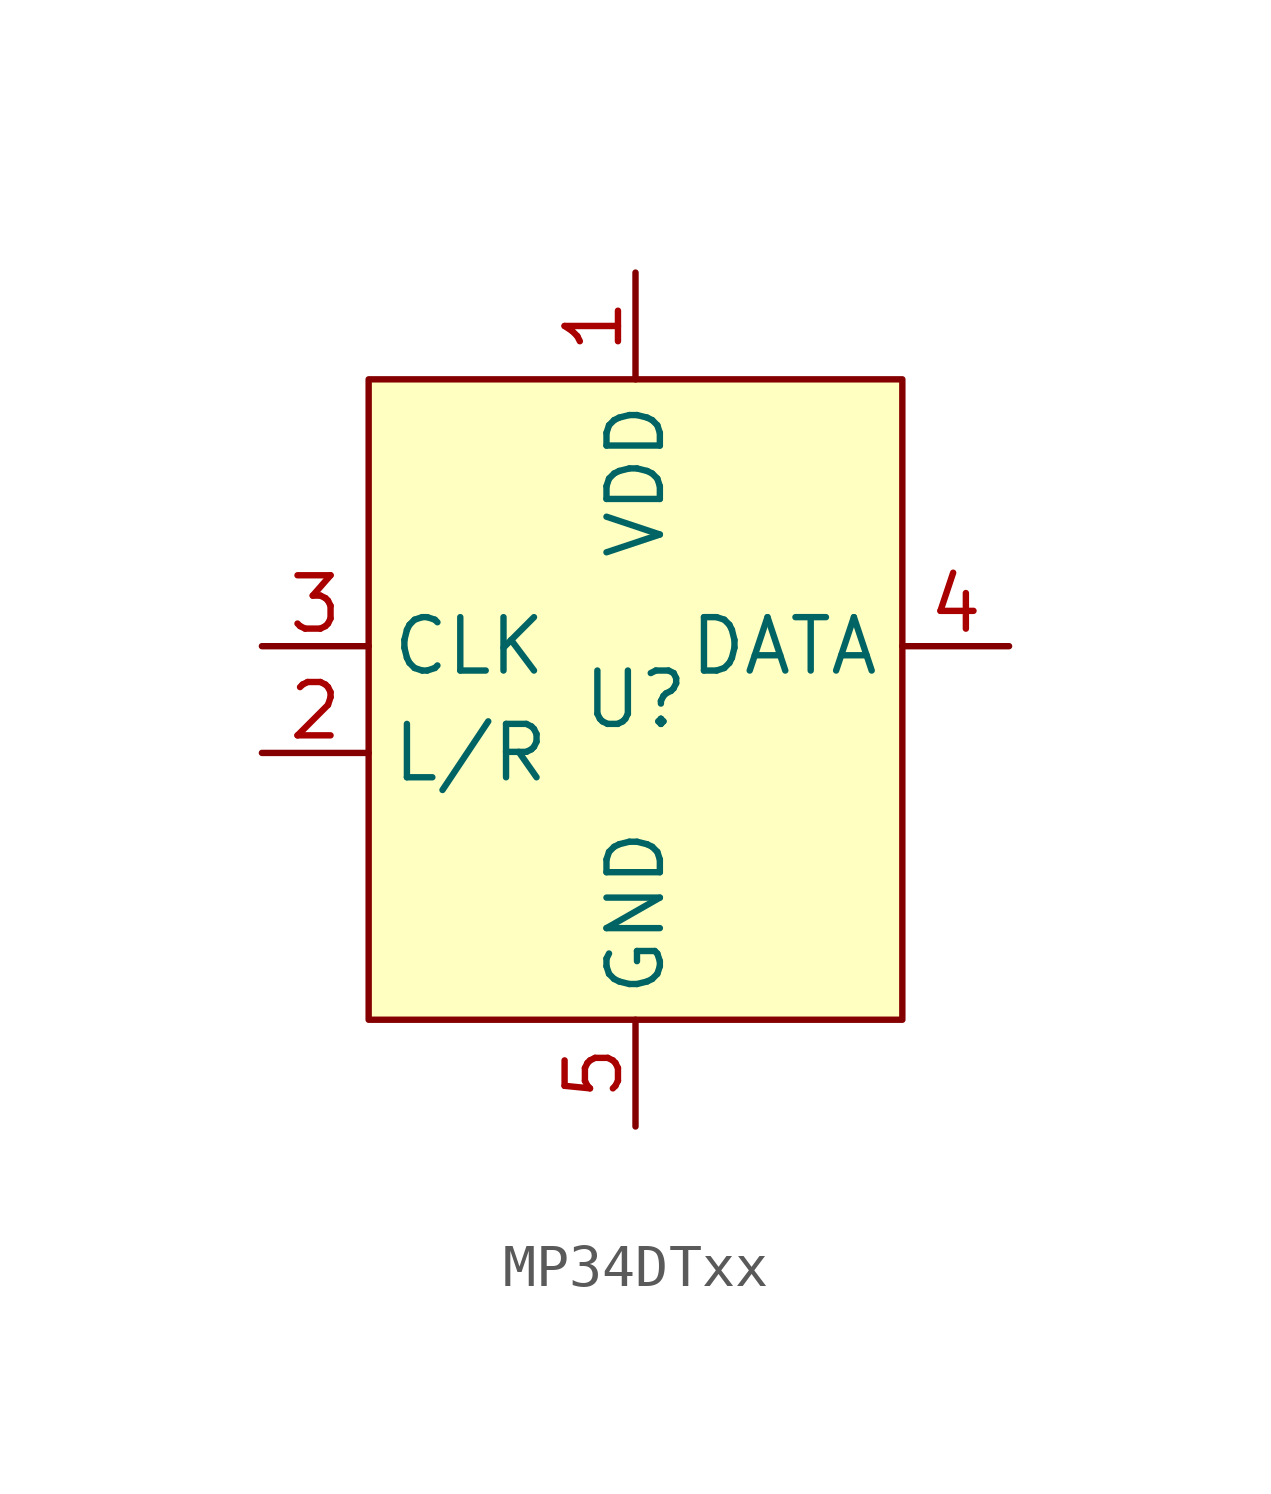
<source format=kicad_sym>
(kicad_symbol_lib
  (version 20220914)
  (generator kicad_symbol_editor)
  (symbol "MP34DTxx"
    (property "Reference" "U"
      (at 0 0 0)
      (effects (font (size 1.27 1.27))))
    (property "Value" ""
      (at 0 -1.27 0)
      (effects (font (size 1.27 1.27))))
    (symbol "MP34DTxx_0_0"
      (pin power_in line (at 0 10.16 270) (length 2.54) (name "VDD" (effects (font (size 1.27 1.27)))) (number "1" (effects (font (size 1.27 1.27)))))
      (pin input line (at -8.89 -1.27 0) (length 2.54) (name "L/R" (effects (font (size 1.27 1.27)))) (number "2" (effects (font (size 1.27 1.27)))))
      (pin input line (at -8.89 1.27 0) (length 2.54) (name "CLK" (effects (font (size 1.27 1.27)))) (number "3" (effects (font (size 1.27 1.27)))))
      (pin output line (at 8.89 1.27 180) (length 2.54) (name "DATA" (effects (font (size 1.27 1.27)))) (number "4" (effects (font (size 1.27 1.27)))))
      (pin power_in line (at 0 -10.16 90) (length 2.54) (name "GND" (effects (font (size 1.27 1.27)))) (number "5" (effects (font (size 1.27 1.27))))))
    (symbol "MP34DTxx_1_1"
      (rectangle (start -6.35 7.62) (end 6.35 -7.62) (stroke (width 0) (type default)) (fill (type background))))))
</source>
